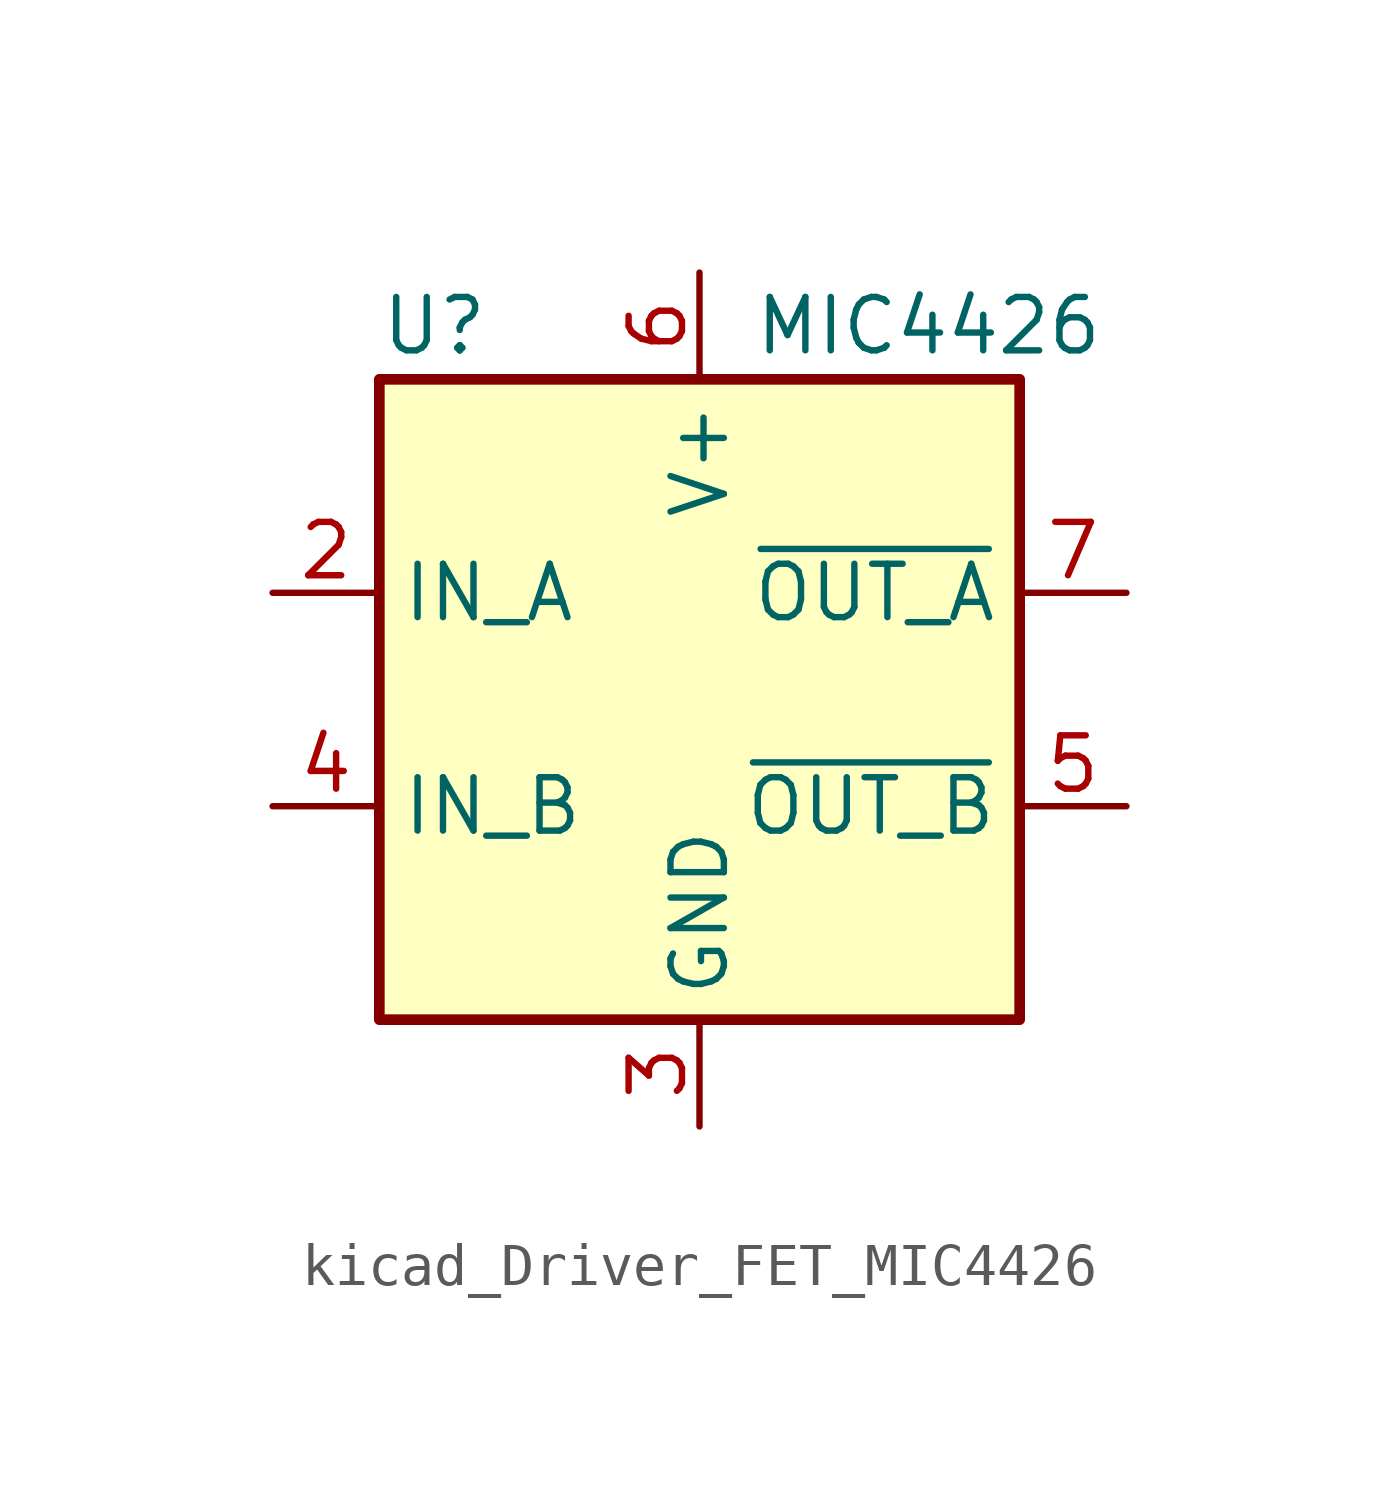
<source format=kicad_sym>
(kicad_symbol_lib
  (version 20220914)
  (generator kicad_symbol_editor)
  (symbol "kicad_Driver_FET_MIC4426"
    (property "Reference" "U"
      (at -7.62 8.89 0)
      (effects (font (size 1.27 1.27)) (justify left)))
    (property "Value" "MIC4426"
      (at 1.27 8.89 0)
      (effects (font (size 1.27 1.27)) (justify left)))
    (symbol "kicad_Driver_FET_MIC4426_0_1"
      (rectangle (start -7.62 -7.62) (end 7.62 7.62) (stroke (width 0.254) (type default)) (fill (type background))))
    (symbol "kicad_Driver_FET_MIC4426_1_1"
      (pin no_connect line (at -7.62 0 0) (length 2.54) hide (name "NC" (effects (font (size 1.27 1.27)))) (number "1" (effects (font (size 1.27 1.27)))))
      (pin input line (at -10.16 2.54 0) (length 2.54) (name "IN_A" (effects (font (size 1.27 1.27)))) (number "2" (effects (font (size 1.27 1.27)))))
      (pin power_in line (at 0 -10.16 90) (length 2.54) (name "GND" (effects (font (size 1.27 1.27)))) (number "3" (effects (font (size 1.27 1.27)))))
      (pin input line (at -10.16 -2.54 0) (length 2.54) (name "IN_B" (effects (font (size 1.27 1.27)))) (number "4" (effects (font (size 1.27 1.27)))))
      (pin output line (at 10.16 -2.54 180) (length 2.54) (name "~{OUT_B}" (effects (font (size 1.27 1.27)))) (number "5" (effects (font (size 1.27 1.27)))))
      (pin power_in line (at 0 10.16 270) (length 2.54) (name "V+" (effects (font (size 1.27 1.27)))) (number "6" (effects (font (size 1.27 1.27)))))
      (pin output line (at 10.16 2.54 180) (length 2.54) (name "~{OUT_A}" (effects (font (size 1.27 1.27)))) (number "7" (effects (font (size 1.27 1.27)))))
      (pin no_connect line (at 7.62 0 180) (length 2.54) hide (name "NC" (effects (font (size 1.27 1.27)))) (number "8" (effects (font (size 1.27 1.27))))))))
</source>
